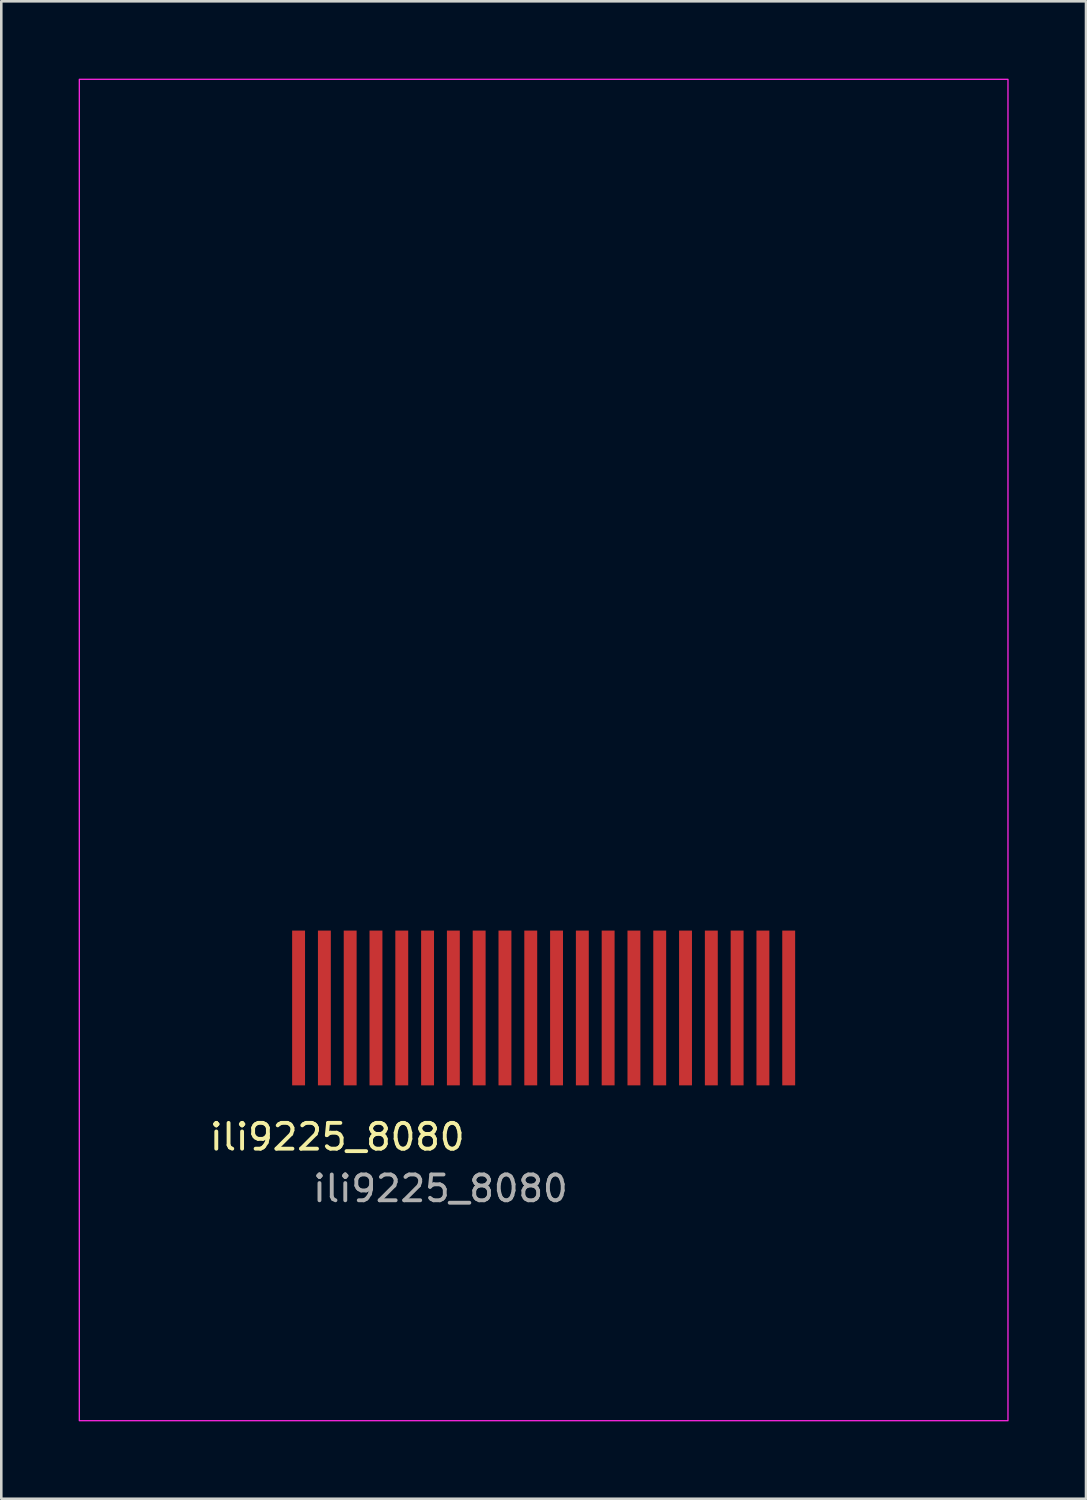
<source format=kicad_pcb>
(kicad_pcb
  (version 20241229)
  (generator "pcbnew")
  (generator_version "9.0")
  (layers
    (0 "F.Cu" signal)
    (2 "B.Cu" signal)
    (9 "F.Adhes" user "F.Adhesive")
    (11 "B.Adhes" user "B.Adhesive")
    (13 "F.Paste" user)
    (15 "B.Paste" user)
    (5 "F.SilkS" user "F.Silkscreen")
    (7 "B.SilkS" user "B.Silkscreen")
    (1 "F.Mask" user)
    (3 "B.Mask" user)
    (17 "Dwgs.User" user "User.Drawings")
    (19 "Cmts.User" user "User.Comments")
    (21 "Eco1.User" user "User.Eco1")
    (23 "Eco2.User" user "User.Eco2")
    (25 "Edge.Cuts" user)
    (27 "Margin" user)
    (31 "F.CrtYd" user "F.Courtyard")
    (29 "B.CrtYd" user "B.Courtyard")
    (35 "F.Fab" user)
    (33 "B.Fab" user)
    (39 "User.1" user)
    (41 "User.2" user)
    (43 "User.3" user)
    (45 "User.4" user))
  (footprint "ili9225_8080"
    (layer "F.Cu")
    (at 18.025 36.025)
    (property "Reference" "ili9225_8080" (at -8 5 0) (unlocked yes) (layer "F.SilkS") (effects (font (size 1 1) (thickness 0.15))))
    (attr smd)
    (fp_rect (start -18 -36) (end 18 16) (stroke (width 0.05) (type solid)) (fill no) (layer "F.CrtYd"))
    (fp_text user "${REFERENCE}" (at -4 7 0) (unlocked yes) (layer "F.Fab") (effects (font (size 1 1) (thickness 0.15))))
    (pad "1" smd rect (at -9.5 0 90) (size 6 0.5) (layers "F.Cu" "F.Mask" "F.Paste"))
    (pad "2" smd rect (at -8.5 0 90) (size 6 0.5) (layers "F.Cu" "F.Mask" "F.Paste"))
    (pad "3" smd rect (at -7.5 0 90) (size 6 0.5) (layers "F.Cu" "F.Mask" "F.Paste"))
    (pad "4" smd rect (at -6.5 0 90) (size 6 0.5) (layers "F.Cu" "F.Mask" "F.Paste"))
    (pad "5" smd rect (at -5.5 0 90) (size 6 0.5) (layers "F.Cu" "F.Mask" "F.Paste"))
    (pad "6" smd rect (at -4.5 0 90) (size 6 0.5) (layers "F.Cu" "F.Mask" "F.Paste"))
    (pad "7" smd rect (at -3.5 0 90) (size 6 0.5) (layers "F.Cu" "F.Mask" "F.Paste"))
    (pad "8" smd rect (at -2.5 0 90) (size 6 0.5) (layers "F.Cu" "F.Mask" "F.Paste"))
    (pad "9" smd rect (at -1.5 0 90) (size 6 0.5) (layers "F.Cu" "F.Mask" "F.Paste"))
    (pad "10" smd rect (at -0.5 0 90) (size 6 0.5) (layers "F.Cu" "F.Mask" "F.Paste"))
    (pad "11" smd rect (at 0.5 0 90) (size 6 0.5) (layers "F.Cu" "F.Mask" "F.Paste"))
    (pad "12" smd rect (at 1.5 0 90) (size 6 0.5) (layers "F.Cu" "F.Mask" "F.Paste"))
    (pad "13" smd rect (at 2.5 0 90) (size 6 0.5) (layers "F.Cu" "F.Mask" "F.Paste"))
    (pad "14" smd rect (at 3.5 0 90) (size 6 0.5) (layers "F.Cu" "F.Mask" "F.Paste"))
    (pad "15" smd rect (at 4.5 0 90) (size 6 0.5) (layers "F.Cu" "F.Mask" "F.Paste"))
    (pad "16" smd rect (at 5.5 0 90) (size 6 0.5) (layers "F.Cu" "F.Mask" "F.Paste"))
    (pad "17" smd rect (at 6.5 0 90) (size 6 0.5) (layers "F.Cu" "F.Mask" "F.Paste"))
    (pad "18" smd rect (at 7.5 0 90) (size 6 0.5) (layers "F.Cu" "F.Mask" "F.Paste"))
    (pad "19" smd rect (at 8.5 0 90) (size 6 0.5) (layers "F.Cu" "F.Mask" "F.Paste"))
    (pad "20" smd rect (at 9.5 0 90) (size 6 0.5) (layers "F.Cu" "F.Mask" "F.Paste")))
  (gr_rect
    (start -3 -3)
    (end 39.05 55.05)
    (stroke (width 0.1) (type default))
    (fill no)
    (layer "Edge.Cuts")))
</source>
